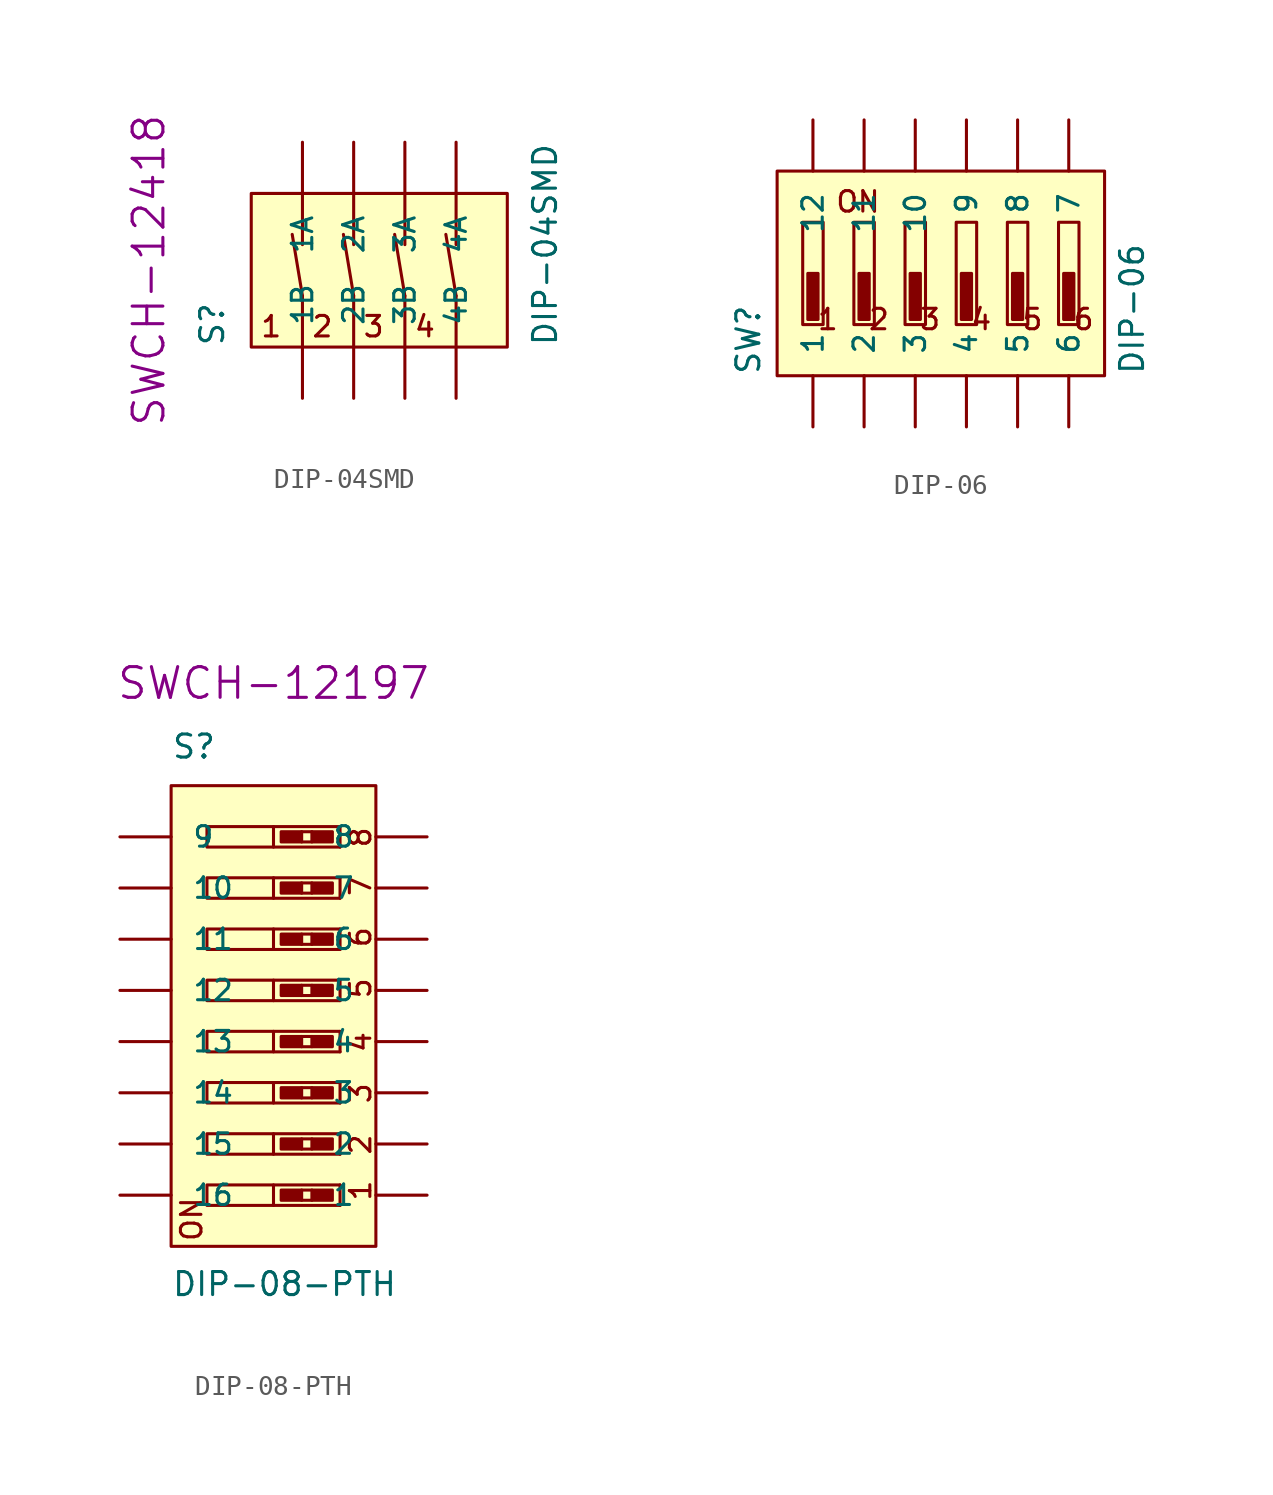
<source format=kicad_sym>
(kicad_symbol_lib
  (version 20201005)
  (generator kicad_symbol_editor)
  (symbol "DIP-04SMD"
    (pin_numbers hide)
    (pin_names
      (offset 1.016))
    (property "Reference" "S"
      (at -7.62 -3.81 90)
      (effects (font (size 1.143 1.143)) (justify left bottom)))
    (property "Value" "DIP-04SMD"
      (at 8.89 -3.81 90)
      (effects (font (size 1.143 1.143)) (justify left bottom)))
    (property "Field4" "SWCH-12418"
      (at -11.43 0 90)
      (effects (font (size 1.524 1.524))))
    (property "ki_locked" ""
      (at 0 0 0)
      (effects (font (size 1.27 1.27))))
    (symbol "DIP-04SMD_1_0"
      (text "1" (at -5.359 -2.794 0) (effects (font (size 1.016 1.016))))
      (text "2" (at -2.819 -2.794 0) (effects (font (size 1.016 1.016))))
      (text "3" (at -0.279 -2.794 0) (effects (font (size 1.016 1.016))))
      (text "4" (at 2.261 -2.794 0) (effects (font (size 1.016 1.016))))
      (polyline (pts (xy -3.81 -3.81) (xy -3.81 -1.27)) (stroke (width 0)) (fill (type none)))
      (polyline (pts (xy -3.81 -1.27) (xy -4.318 1.778)) (stroke (width 0)) (fill (type none)))
      (polyline (pts (xy -3.81 3.81) (xy -3.81 1.27)) (stroke (width 0)) (fill (type none)))
      (polyline (pts (xy -1.27 -3.81) (xy -1.27 -1.27)) (stroke (width 0)) (fill (type none)))
      (polyline (pts (xy -1.27 -1.27) (xy -1.778 1.778)) (stroke (width 0)) (fill (type none)))
      (polyline (pts (xy -1.27 3.81) (xy -1.27 1.27)) (stroke (width 0)) (fill (type none)))
      (polyline (pts (xy 1.27 -3.81) (xy 1.27 -1.27)) (stroke (width 0)) (fill (type none)))
      (polyline (pts (xy 1.27 -1.27) (xy 0.762 1.778)) (stroke (width 0)) (fill (type none)))
      (polyline (pts (xy 1.27 3.81) (xy 1.27 1.27)) (stroke (width 0)) (fill (type none)))
      (polyline (pts (xy 3.81 -3.81) (xy 3.81 -1.27)) (stroke (width 0)) (fill (type none)))
      (polyline (pts (xy 3.81 -1.27) (xy 3.302 1.778)) (stroke (width 0)) (fill (type none)))
      (polyline (pts (xy 3.81 3.81) (xy 3.81 1.27)) (stroke (width 0)) (fill (type none))))
    (symbol "DIP-04SMD_1_1"
      (polyline (pts (xy -6.35 3.81) (xy 6.35 3.81) (xy 6.35 -3.81) (xy -6.35 -3.81) (xy -6.35 3.81)) (stroke (width 0)) (fill (type background)))
      (pin bidirectional line (at -3.81 6.35 270) (length 2.54) (name "1A" (effects (font (size 1.016 1.016)))) (number "1" (effects (font (size 1.016 1.016)))))
      (pin bidirectional line (at -1.27 6.35 270) (length 2.54) (name "2A" (effects (font (size 1.016 1.016)))) (number "2" (effects (font (size 1.016 1.016)))))
      (pin bidirectional line (at 1.27 6.35 270) (length 2.54) (name "3A" (effects (font (size 1.016 1.016)))) (number "3" (effects (font (size 1.016 1.016)))))
      (pin bidirectional line (at 3.81 6.35 270) (length 2.54) (name "4A" (effects (font (size 1.016 1.016)))) (number "4" (effects (font (size 1.016 1.016)))))
      (pin bidirectional line (at 3.81 -6.35 90) (length 2.54) (name "4B" (effects (font (size 1.016 1.016)))) (number "5" (effects (font (size 1.016 1.016)))))
      (pin bidirectional line (at 1.27 -6.35 90) (length 2.54) (name "3B" (effects (font (size 1.016 1.016)))) (number "6" (effects (font (size 1.016 1.016)))))
      (pin bidirectional line (at -1.27 -6.35 90) (length 2.54) (name "2B" (effects (font (size 1.016 1.016)))) (number "7" (effects (font (size 1.016 1.016)))))
      (pin bidirectional line (at -3.81 -6.35 90) (length 2.54) (name "1B" (effects (font (size 1.016 1.016)))) (number "8" (effects (font (size 1.016 1.016)))))))
  (symbol "DIP-06"
    (pin_numbers hide)
    (pin_names
      (offset 1.016))
    (property "Reference" "SW"
      (at -7.62 -5.08 90)
      (effects (font (size 1.143 1.143)) (justify left bottom)))
    (property "Value" "DIP-06"
      (at 11.43 -5.08 90)
      (effects (font (size 1.143 1.143)) (justify left bottom)))
    (property "ki_locked" ""
      (at 0 0 0)
      (effects (font (size 1.27 1.27))))
    (symbol "DIP-06_1_0"
      (text "1" (at -4.343 -2.286 0) (effects (font (size 1.016 1.016))))
      (text "2" (at -1.803 -2.286 0) (effects (font (size 1.016 1.016))))
      (text "3" (at 0.737 -2.286 0) (effects (font (size 1.016 1.016))))
      (text "4" (at 3.277 -2.286 0) (effects (font (size 1.016 1.016))))
      (text "5" (at 5.817 -2.286 0) (effects (font (size 1.016 1.016))))
      (text "6" (at 8.357 -2.286 0) (effects (font (size 1.016 1.016))))
      (text "ON" (at -2.845 3.556 0) (effects (font (size 1.016 1.016)))))
    (symbol "DIP-06_1_1"
      (rectangle (start -5.334 -2.286) (end -4.826 0) (stroke (width 0)) (fill (type outline)))
      (rectangle (start -2.794 -2.286) (end -2.286 0) (stroke (width 0)) (fill (type outline)))
      (rectangle (start -0.254 -2.286) (end 0.254 0) (stroke (width 0)) (fill (type outline)))
      (rectangle (start 2.286 -2.286) (end 2.794 0) (stroke (width 0)) (fill (type outline)))
      (rectangle (start 4.826 -2.286) (end 5.334 0) (stroke (width 0)) (fill (type outline)))
      (rectangle (start 7.366 -2.286) (end 7.874 0) (stroke (width 0)) (fill (type outline)))
      (polyline (pts (xy -6.858 5.08) (xy 9.398 5.08) (xy 9.398 -5.08) (xy -6.858 -5.08) (xy -6.858 5.08)) (stroke (width 0)) (fill (type background)))
      (polyline (pts (xy -5.588 -2.54) (xy -4.572 -2.54) (xy -4.572 2.54) (xy -5.588 2.54) (xy -5.588 -2.54)) (stroke (width 0)) (fill (type background)))
      (polyline (pts (xy -3.048 -2.54) (xy -2.032 -2.54) (xy -2.032 2.54) (xy -3.048 2.54) (xy -3.048 -2.54)) (stroke (width 0)) (fill (type background)))
      (polyline (pts (xy -0.508 -2.54) (xy 0.508 -2.54) (xy 0.508 2.54) (xy -0.508 2.54) (xy -0.508 -2.54)) (stroke (width 0)) (fill (type background)))
      (polyline (pts (xy 2.032 -2.54) (xy 3.048 -2.54) (xy 3.048 2.54) (xy 2.032 2.54) (xy 2.032 -2.54)) (stroke (width 0)) (fill (type background)))
      (polyline (pts (xy 4.572 -2.54) (xy 5.588 -2.54) (xy 5.588 2.54) (xy 4.572 2.54) (xy 4.572 -2.54)) (stroke (width 0)) (fill (type background)))
      (polyline (pts (xy 7.112 -2.54) (xy 8.128 -2.54) (xy 8.128 2.54) (xy 7.112 2.54) (xy 7.112 -2.54)) (stroke (width 0)) (fill (type background)))
      (pin bidirectional line (at -5.08 -7.62 90) (length 2.54) (name "1" (effects (font (size 1.016 1.016)))) (number "1" (effects (font (size 1.016 1.016)))))
      (pin bidirectional line (at -2.54 -7.62 90) (length 2.54) (name "2" (effects (font (size 1.016 1.016)))) (number "2" (effects (font (size 1.016 1.016)))))
      (pin bidirectional line (at 0 -7.62 90) (length 2.54) (name "3" (effects (font (size 1.016 1.016)))) (number "3" (effects (font (size 1.016 1.016)))))
      (pin bidirectional line (at 2.54 -7.62 90) (length 2.54) (name "4" (effects (font (size 1.016 1.016)))) (number "4" (effects (font (size 1.016 1.016)))))
      (pin bidirectional line (at 5.08 -7.62 90) (length 2.54) (name "5" (effects (font (size 1.016 1.016)))) (number "5" (effects (font (size 1.016 1.016)))))
      (pin bidirectional line (at 7.62 -7.62 90) (length 2.54) (name "6" (effects (font (size 1.016 1.016)))) (number "6" (effects (font (size 1.016 1.016)))))
      (pin bidirectional line (at 7.62 7.62 270) (length 2.54) (name "7" (effects (font (size 1.016 1.016)))) (number "7" (effects (font (size 1.016 1.016)))))
      (pin bidirectional line (at 5.08 7.62 270) (length 2.54) (name "8" (effects (font (size 1.016 1.016)))) (number "8" (effects (font (size 1.016 1.016)))))
      (pin bidirectional line (at 2.54 7.62 270) (length 2.54) (name "9" (effects (font (size 1.016 1.016)))) (number "9" (effects (font (size 1.016 1.016)))))
      (pin bidirectional line (at 0 7.62 270) (length 2.54) (name "10" (effects (font (size 1.016 1.016)))) (number "10" (effects (font (size 1.016 1.016)))))
      (pin bidirectional line (at -2.54 7.62 270) (length 2.54) (name "11" (effects (font (size 1.016 1.016)))) (number "11" (effects (font (size 1.016 1.016)))))
      (pin bidirectional line (at -5.08 7.62 270) (length 2.54) (name "12" (effects (font (size 1.016 1.016)))) (number "12" (effects (font (size 1.016 1.016)))))))
  (symbol "DIP-08-PTH"
    (pin_numbers hide)
    (pin_names
      (offset 1.016))
    (property "Reference" "S"
      (at -5.08 11.43 0)
      (effects (font (size 1.143 1.143)) (justify left bottom)))
    (property "Value" "DIP-08-PTH"
      (at -5.08 -15.24 0)
      (effects (font (size 1.143 1.143)) (justify left bottom)))
    (property "Field4" "SWCH-12197"
      (at 0 15.24 0)
      (effects (font (size 1.524 1.524))))
    (property "ki_locked" ""
      (at 0 0 0)
      (effects (font (size 1.27 1.27))))
    (symbol "DIP-08-PTH_1_0"
      (text "1" (at 4.318 -9.931 900) (effects (font (size 1.016 1.016))))
      (text "2" (at 4.318 -7.645 900) (effects (font (size 1.016 1.016))))
      (text "3" (at 4.318 -5.105 900) (effects (font (size 1.016 1.016))))
      (text "4" (at 4.318 -2.565 900) (effects (font (size 1.016 1.016))))
      (text "5" (at 4.318 0.102 900) (effects (font (size 1.016 1.016))))
      (text "6" (at 4.318 2.642 900) (effects (font (size 1.016 1.016))))
      (text "7" (at 4.318 5.182 900) (effects (font (size 1.016 1.016))))
      (text "8" (at 4.318 7.595 900) (effects (font (size 1.016 1.016))))
      (text "ON" (at -4.064 -11.354 900) (effects (font (size 1.016 1.016))))
      (polyline (pts (xy 0 -9.652) (xy 3.302 -9.652)) (stroke (width 0)) (fill (type none)))
      (polyline (pts (xy 0 -7.112) (xy 3.302 -7.112)) (stroke (width 0)) (fill (type none)))
      (polyline (pts (xy 0 -4.572) (xy 3.302 -4.572)) (stroke (width 0)) (fill (type none)))
      (polyline (pts (xy 0 -2.032) (xy 3.302 -2.032)) (stroke (width 0)) (fill (type none)))
      (polyline (pts (xy 0 0.508) (xy 3.302 0.508)) (stroke (width 0)) (fill (type none)))
      (polyline (pts (xy 0 3.048) (xy 3.302 3.048)) (stroke (width 0)) (fill (type none)))
      (polyline (pts (xy 0 5.588) (xy 3.302 5.588)) (stroke (width 0)) (fill (type none)))
      (polyline (pts (xy 0 8.128) (xy 3.302 8.128)) (stroke (width 0)) (fill (type none)))
      (polyline (pts (xy 1.397 -10.414) (xy 1.905 -10.414)) (stroke (width 0)) (fill (type none)))
      (polyline (pts (xy 1.397 -9.906) (xy 1.905 -9.906)) (stroke (width 0)) (fill (type none)))
      (polyline (pts (xy 1.397 -7.874) (xy 1.905 -7.874)) (stroke (width 0)) (fill (type none)))
      (polyline (pts (xy 1.397 -7.366) (xy 1.905 -7.366)) (stroke (width 0)) (fill (type none)))
      (polyline (pts (xy 1.397 -5.334) (xy 1.905 -5.334)) (stroke (width 0)) (fill (type none)))
      (polyline (pts (xy 1.397 -4.826) (xy 1.905 -4.826)) (stroke (width 0)) (fill (type none)))
      (polyline (pts (xy 1.397 -2.794) (xy 1.905 -2.794)) (stroke (width 0)) (fill (type none)))
      (polyline (pts (xy 1.397 -2.286) (xy 1.905 -2.286)) (stroke (width 0)) (fill (type none)))
      (polyline (pts (xy 1.397 -0.254) (xy 1.905 -0.254)) (stroke (width 0)) (fill (type none)))
      (polyline (pts (xy 1.397 0.254) (xy 1.905 0.254)) (stroke (width 0)) (fill (type none)))
      (polyline (pts (xy 1.397 2.286) (xy 1.905 2.286)) (stroke (width 0)) (fill (type none)))
      (polyline (pts (xy 1.397 2.794) (xy 1.905 2.794)) (stroke (width 0)) (fill (type none)))
      (polyline (pts (xy 1.397 4.826) (xy 1.905 4.826)) (stroke (width 0)) (fill (type none)))
      (polyline (pts (xy 1.397 5.334) (xy 1.905 5.334)) (stroke (width 0)) (fill (type none)))
      (polyline (pts (xy 1.397 7.366) (xy 1.905 7.366)) (stroke (width 0)) (fill (type none)))
      (polyline (pts (xy 1.397 7.874) (xy 1.905 7.874)) (stroke (width 0)) (fill (type none)))
      (polyline (pts (xy 3.302 -10.668) (xy 0 -10.668)) (stroke (width 0)) (fill (type none)))
      (polyline (pts (xy 3.302 -9.652) (xy 3.302 -10.668)) (stroke (width 0)) (fill (type none)))
      (polyline (pts (xy 3.302 -8.128) (xy 0 -8.128)) (stroke (width 0)) (fill (type none)))
      (polyline (pts (xy 3.302 -7.112) (xy 3.302 -8.128)) (stroke (width 0)) (fill (type none)))
      (polyline (pts (xy 3.302 -5.588) (xy 0 -5.588)) (stroke (width 0)) (fill (type none)))
      (polyline (pts (xy 3.302 -4.572) (xy 3.302 -5.588)) (stroke (width 0)) (fill (type none)))
      (polyline (pts (xy 3.302 -3.048) (xy 0 -3.048)) (stroke (width 0)) (fill (type none)))
      (polyline (pts (xy 3.302 -2.032) (xy 3.302 -3.048)) (stroke (width 0)) (fill (type none)))
      (polyline (pts (xy 3.302 -0.508) (xy 0 -0.508)) (stroke (width 0)) (fill (type none)))
      (polyline (pts (xy 3.302 0.508) (xy 3.302 -0.508)) (stroke (width 0)) (fill (type none)))
      (polyline (pts (xy 3.302 2.032) (xy 0 2.032)) (stroke (width 0)) (fill (type none)))
      (polyline (pts (xy 3.302 3.048) (xy 3.302 2.032)) (stroke (width 0)) (fill (type none)))
      (polyline (pts (xy 3.302 4.572) (xy 0 4.572)) (stroke (width 0)) (fill (type none)))
      (polyline (pts (xy 3.302 5.588) (xy 3.302 4.572)) (stroke (width 0)) (fill (type none)))
      (polyline (pts (xy 3.302 7.112) (xy 0 7.112)) (stroke (width 0)) (fill (type none)))
      (polyline (pts (xy 3.302 8.128) (xy 3.302 7.112)) (stroke (width 0)) (fill (type none))))
    (symbol "DIP-08-PTH_1_1"
      (rectangle (start 0.381 -10.414) (end 1.397 -9.906) (stroke (width 0)) (fill (type outline)))
      (rectangle (start 0.381 -7.874) (end 1.397 -7.366) (stroke (width 0)) (fill (type outline)))
      (rectangle (start 0.381 -5.334) (end 1.397 -4.826) (stroke (width 0)) (fill (type outline)))
      (rectangle (start 0.381 -2.794) (end 1.397 -2.286) (stroke (width 0)) (fill (type outline)))
      (rectangle (start 0.381 -0.254) (end 1.397 0.254) (stroke (width 0)) (fill (type outline)))
      (rectangle (start 0.381 2.286) (end 1.397 2.794) (stroke (width 0)) (fill (type outline)))
      (rectangle (start 0.381 4.826) (end 1.397 5.334) (stroke (width 0)) (fill (type outline)))
      (rectangle (start 0.381 7.366) (end 1.397 7.874) (stroke (width 0)) (fill (type outline)))
      (rectangle (start 1.905 -10.414) (end 2.921 -9.906) (stroke (width 0)) (fill (type outline)))
      (rectangle (start 1.905 -7.874) (end 2.921 -7.366) (stroke (width 0)) (fill (type outline)))
      (rectangle (start 1.905 -5.334) (end 2.921 -4.826) (stroke (width 0)) (fill (type outline)))
      (rectangle (start 1.905 -2.794) (end 2.921 -2.286) (stroke (width 0)) (fill (type outline)))
      (rectangle (start 1.905 -0.254) (end 2.921 0.254) (stroke (width 0)) (fill (type outline)))
      (rectangle (start 1.905 2.286) (end 2.921 2.794) (stroke (width 0)) (fill (type outline)))
      (rectangle (start 1.905 4.826) (end 2.921 5.334) (stroke (width 0)) (fill (type outline)))
      (rectangle (start 1.905 7.366) (end 2.921 7.874) (stroke (width 0)) (fill (type outline)))
      (polyline (pts (xy -5.08 10.16) (xy -5.08 -12.7) (xy 5.08 -12.7) (xy 5.08 10.16) (xy -5.08 10.16)) (stroke (width 0)) (fill (type background)))
      (polyline (pts (xy -3.302 -9.652) (xy 0 -9.652) (xy 0 -10.668) (xy -3.302 -10.668) (xy -3.302 -9.652)) (stroke (width 0)) (fill (type background)))
      (polyline (pts (xy -3.302 -7.112) (xy 0 -7.112) (xy 0 -8.128) (xy -3.302 -8.128) (xy -3.302 -7.112)) (stroke (width 0)) (fill (type background)))
      (polyline (pts (xy -3.302 -4.572) (xy 0 -4.572) (xy 0 -5.588) (xy -3.302 -5.588) (xy -3.302 -4.572)) (stroke (width 0)) (fill (type background)))
      (polyline (pts (xy -3.302 -2.032) (xy 0 -2.032) (xy 0 -3.048) (xy -3.302 -3.048) (xy -3.302 -2.032)) (stroke (width 0)) (fill (type background)))
      (polyline (pts (xy -3.302 0.508) (xy 0 0.508) (xy 0 -0.508) (xy -3.302 -0.508) (xy -3.302 0.508)) (stroke (width 0)) (fill (type background)))
      (polyline (pts (xy -3.302 3.048) (xy 0 3.048) (xy 0 2.032) (xy -3.302 2.032) (xy -3.302 3.048)) (stroke (width 0)) (fill (type background)))
      (polyline (pts (xy -3.302 5.588) (xy 0 5.588) (xy 0 4.572) (xy -3.302 4.572) (xy -3.302 5.588)) (stroke (width 0)) (fill (type background)))
      (polyline (pts (xy -3.302 8.128) (xy 0 8.128) (xy 0 7.112) (xy -3.302 7.112) (xy -3.302 8.128)) (stroke (width 0)) (fill (type background)))
      (pin passive line (at 7.62 -10.16 180) (length 2.54) (name "1" (effects (font (size 1.016 1.016)))) (number "1" (effects (font (size 1.016 1.016)))))
      (pin passive line (at 7.62 -7.62 180) (length 2.54) (name "2" (effects (font (size 1.016 1.016)))) (number "2" (effects (font (size 1.016 1.016)))))
      (pin passive line (at 7.62 -5.08 180) (length 2.54) (name "3" (effects (font (size 1.016 1.016)))) (number "3" (effects (font (size 1.016 1.016)))))
      (pin passive line (at 7.62 -2.54 180) (length 2.54) (name "4" (effects (font (size 1.016 1.016)))) (number "4" (effects (font (size 1.016 1.016)))))
      (pin passive line (at 7.62 0 180) (length 2.54) (name "5" (effects (font (size 1.016 1.016)))) (number "5" (effects (font (size 1.016 1.016)))))
      (pin passive line (at 7.62 2.54 180) (length 2.54) (name "6" (effects (font (size 1.016 1.016)))) (number "6" (effects (font (size 1.016 1.016)))))
      (pin passive line (at 7.62 5.08 180) (length 2.54) (name "7" (effects (font (size 1.016 1.016)))) (number "7" (effects (font (size 1.016 1.016)))))
      (pin passive line (at 7.62 7.62 180) (length 2.54) (name "8" (effects (font (size 1.016 1.016)))) (number "8" (effects (font (size 1.016 1.016)))))
      (pin passive line (at -7.62 7.62 0) (length 2.54) (name "9" (effects (font (size 1.016 1.016)))) (number "9" (effects (font (size 1.016 1.016)))))
      (pin passive line (at -7.62 5.08 0) (length 2.54) (name "10" (effects (font (size 1.016 1.016)))) (number "10" (effects (font (size 1.016 1.016)))))
      (pin passive line (at -7.62 2.54 0) (length 2.54) (name "11" (effects (font (size 1.016 1.016)))) (number "11" (effects (font (size 1.016 1.016)))))
      (pin passive line (at -7.62 0 0) (length 2.54) (name "12" (effects (font (size 1.016 1.016)))) (number "12" (effects (font (size 1.016 1.016)))))
      (pin passive line (at -7.62 -2.54 0) (length 2.54) (name "13" (effects (font (size 1.016 1.016)))) (number "13" (effects (font (size 1.016 1.016)))))
      (pin passive line (at -7.62 -5.08 0) (length 2.54) (name "14" (effects (font (size 1.016 1.016)))) (number "14" (effects (font (size 1.016 1.016)))))
      (pin passive line (at -7.62 -7.62 0) (length 2.54) (name "15" (effects (font (size 1.016 1.016)))) (number "15" (effects (font (size 1.016 1.016)))))
      (pin passive line (at -7.62 -10.16 0) (length 2.54) (name "16" (effects (font (size 1.016 1.016)))) (number "16" (effects (font (size 1.016 1.016))))))))
</source>
